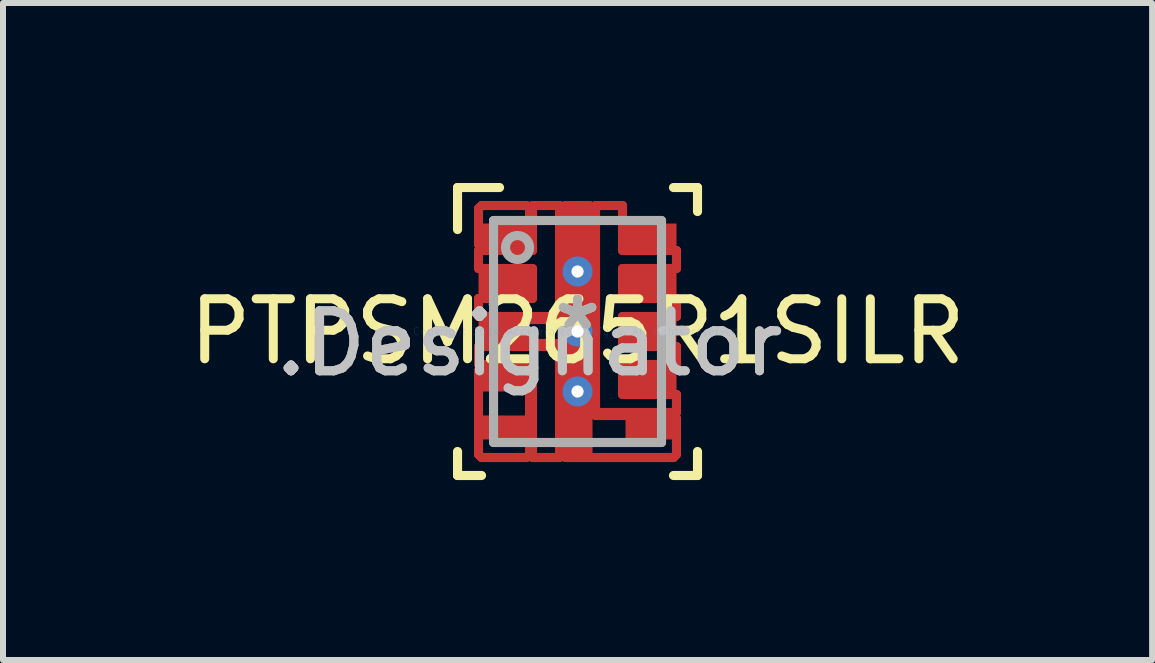
<source format=kicad_pcb>
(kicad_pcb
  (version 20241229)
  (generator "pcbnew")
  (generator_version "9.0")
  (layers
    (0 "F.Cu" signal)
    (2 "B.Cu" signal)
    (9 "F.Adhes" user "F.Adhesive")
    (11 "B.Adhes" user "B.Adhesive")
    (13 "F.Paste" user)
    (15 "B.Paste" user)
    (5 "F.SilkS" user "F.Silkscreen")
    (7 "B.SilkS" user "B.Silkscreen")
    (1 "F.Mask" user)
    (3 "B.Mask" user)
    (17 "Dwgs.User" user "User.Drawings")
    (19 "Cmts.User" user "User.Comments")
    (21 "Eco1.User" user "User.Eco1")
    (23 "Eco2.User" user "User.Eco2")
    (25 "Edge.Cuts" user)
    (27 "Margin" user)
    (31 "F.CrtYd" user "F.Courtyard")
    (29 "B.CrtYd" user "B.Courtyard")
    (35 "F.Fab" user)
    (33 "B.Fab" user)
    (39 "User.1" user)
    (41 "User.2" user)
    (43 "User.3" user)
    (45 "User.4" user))
  (footprint "PTPSM265R1SILR"
    (layer "F.Cu")
    (at 6.577 2.476)
    (property "Reference" "PTPSM265R1SILR" (at 0 0 0) (layer "F.SilkS") (effects (font (size 1 1) (thickness 0.15))))
    (attr through_hole)
    (fp_line (start -1.65 -2.05) (end -1.65 -1.45) (stroke (width 0.152) (type solid)) (layer "F.Cu"))
    (fp_line (start -1.65 -1.45) (end -1.6 -1.4) (stroke (width 0.152) (type solid)) (layer "F.Cu"))
    (fp_line (start -1.65 -1.35) (end -0.75 -1.35) (stroke (width 0.152) (type solid)) (layer "F.Cu"))
    (fp_line (start -1.65 -1.05) (end -1.65 -1.35) (stroke (width 0.152) (type solid)) (layer "F.Cu"))
    (fp_line (start -1.65 -0.55) (end -0.75 -0.55) (stroke (width 0.152) (type solid)) (layer "F.Cu"))
    (fp_line (start -1.65 -0.25) (end -1.65 -0.55) (stroke (width 0.152) (type solid)) (layer "F.Cu"))
    (fp_line (start -1.65 0.25) (end -0.3 0.25) (stroke (width 0.152) (type solid)) (layer "F.Cu"))
    (fp_line (start -1.65 0.55) (end -1.65 0.25) (stroke (width 0.152) (type solid)) (layer "F.Cu"))
    (fp_line (start -1.65 0.65) (end -1.6 0.6) (stroke (width 0.152) (type solid)) (layer "F.Cu"))
    (fp_line (start -1.65 2.05) (end -1.65 0.65) (stroke (width 0.152) (type solid)) (layer "F.Cu"))
    (fp_line (start -1.6 0.6) (end -0.85 0.6) (stroke (width 0.152) (type solid)) (layer "F.Cu"))
    (fp_line (start -1.6 -2.1) (end -1.65 -2.05) (stroke (width 0.152) (type solid)) (layer "F.Cu"))
    (fp_line (start -1.6 -1.4) (end -0.85 -1.4) (stroke (width 0.152) (type solid)) (layer "F.Cu"))
    (fp_line (start -1.6 2.1) (end -1.65 2.05) (stroke (width 0.152) (type solid)) (layer "F.Cu"))
    (fp_line (start -1.375 -0.2) (end -0.25 -0.2) (stroke (width 0.152) (type solid)) (layer "F.Cu"))
    (fp_line (start -1.375 0.2) (end -1.375 -0.2) (stroke (width 0.152) (type solid)) (layer "F.Cu"))
    (fp_line (start -0.85 -2.1) (end -1.6 -2.1) (stroke (width 0.152) (type solid)) (layer "F.Cu"))
    (fp_line (start -0.85 -1.4) (end -0.8 -1.45) (stroke (width 0.152) (type solid)) (layer "F.Cu"))
    (fp_line (start -0.85 0.6) (end -0.8 0.65) (stroke (width 0.152) (type solid)) (layer "F.Cu"))
    (fp_line (start -0.85 2.1) (end -1.6 2.1) (stroke (width 0.152) (type solid)) (layer "F.Cu"))
    (fp_line (start -0.8 -2.05) (end -0.85 -2.1) (stroke (width 0.152) (type solid)) (layer "F.Cu"))
    (fp_line (start -0.8 -1.45) (end -0.8 -2.05) (stroke (width 0.152) (type solid)) (layer "F.Cu"))
    (fp_line (start -0.8 0.65) (end -0.8 2.05) (stroke (width 0.152) (type solid)) (layer "F.Cu"))
    (fp_line (start -0.8 2.05) (end -0.85 2.1) (stroke (width 0.152) (type solid)) (layer "F.Cu"))
    (fp_line (start -0.75 -2.1) (end -0.3 -2.1) (stroke (width 0.152) (type solid)) (layer "F.Cu"))
    (fp_line (start -0.75 -1.35) (end -0.75 -2.1) (stroke (width 0.152) (type solid)) (layer "F.Cu"))
    (fp_line (start -0.75 -1.05) (end -1.65 -1.05) (stroke (width 0.152) (type solid)) (layer "F.Cu"))
    (fp_line (start -0.75 -0.55) (end -0.75 -1.05) (stroke (width 0.152) (type solid)) (layer "F.Cu"))
    (fp_line (start -0.75 0.55) (end -1.65 0.55) (stroke (width 0.152) (type solid)) (layer "F.Cu"))
    (fp_line (start -0.75 2.1) (end -0.75 0.55) (stroke (width 0.152) (type solid)) (layer "F.Cu"))
    (fp_line (start -0.3 0.2) (end -1.375 0.2) (stroke (width 0.152) (type solid)) (layer "F.Cu"))
    (fp_line (start -0.3 -2.1) (end -0.3 -0.25) (stroke (width 0.152) (type solid)) (layer "F.Cu"))
    (fp_line (start -0.3 -0.25) (end -1.65 -0.25) (stroke (width 0.152) (type solid)) (layer "F.Cu"))
    (fp_line (start -0.3 0.25) (end -0.3 2.1) (stroke (width 0.152) (type solid)) (layer "F.Cu"))
    (fp_line (start -0.3 2.1) (end -0.75 2.1) (stroke (width 0.152) (type solid)) (layer "F.Cu"))
    (fp_line (start -0.25 -2.05) (end -0.2 -2.1) (stroke (width 0.152) (type solid)) (layer "F.Cu"))
    (fp_line (start -0.25 -0.2) (end -0.25 -2.05) (stroke (width 0.152) (type solid)) (layer "F.Cu"))
    (fp_line (start -0.25 2.05) (end -0.25 0.25) (stroke (width 0.152) (type solid)) (layer "F.Cu"))
    (fp_line (start -0.25 0.25) (end -0.3 0.2) (stroke (width 0.152) (type solid)) (layer "F.Cu"))
    (fp_line (start -0.2 -2.1) (end 0.2 -2.1) (stroke (width 0.152) (type solid)) (layer "F.Cu"))
    (fp_line (start -0.2 2.1) (end -0.25 2.05) (stroke (width 0.152) (type solid)) (layer "F.Cu"))
    (fp_line (start 0.2 -2.1) (end 0.25 -2.05) (stroke (width 0.152) (type solid)) (layer "F.Cu"))
    (fp_line (start 0.25 -2.05) (end 0.25 1.35) (stroke (width 0.152) (type solid)) (layer "F.Cu"))
    (fp_line (start 0.25 1.35) (end 0.3 1.4) (stroke (width 0.152) (type solid)) (layer "F.Cu"))
    (fp_line (start 0.3 -2.1) (end 0.75 -2.1) (stroke (width 0.152) (type solid)) (layer "F.Cu"))
    (fp_line (start 0.3 1.3) (end 0.3 -2.1) (stroke (width 0.152) (type solid)) (layer "F.Cu"))
    (fp_line (start 0.3 1.4) (end 1.6 1.4) (stroke (width 0.152) (type solid)) (layer "F.Cu"))
    (fp_line (start 0.35 1.35) (end 0.3 1.3) (stroke (width 0.152) (type solid)) (layer "F.Cu"))
    (fp_line (start 0.75 -2.1) (end 0.75 -1.35) (stroke (width 0.152) (type solid)) (layer "F.Cu"))
    (fp_line (start 0.75 -1.35) (end 1.65 -1.35) (stroke (width 0.152) (type solid)) (layer "F.Cu"))
    (fp_line (start 0.75 -1.05) (end 0.75 -0.55) (stroke (width 0.152) (type solid)) (layer "F.Cu"))
    (fp_line (start 0.75 -0.55) (end 1.65 -0.55) (stroke (width 0.152) (type solid)) (layer "F.Cu"))
    (fp_line (start 0.75 -0.25) (end 0.75 0.25) (stroke (width 0.152) (type solid)) (layer "F.Cu"))
    (fp_line (start 0.75 0.25) (end 1.65 0.25) (stroke (width 0.152) (type solid)) (layer "F.Cu"))
    (fp_line (start 0.75 0.55) (end 0.75 1.05) (stroke (width 0.152) (type solid)) (layer "F.Cu"))
    (fp_line (start 0.75 1.05) (end 1.65 1.05) (stroke (width 0.152) (type solid)) (layer "F.Cu"))
    (fp_line (start 1.6 1.4) (end 1.65 1.45) (stroke (width 0.152) (type solid)) (layer "F.Cu"))
    (fp_line (start 1.6 2.1) (end -0.2 2.1) (stroke (width 0.152) (type solid)) (layer "F.Cu"))
    (fp_line (start 1.65 -1.35) (end 1.65 -1.05) (stroke (width 0.152) (type solid)) (layer "F.Cu"))
    (fp_line (start 1.65 -1.05) (end 0.75 -1.05) (stroke (width 0.152) (type solid)) (layer "F.Cu"))
    (fp_line (start 1.65 -0.55) (end 1.65 -0.25) (stroke (width 0.152) (type solid)) (layer "F.Cu"))
    (fp_line (start 1.65 -0.25) (end 0.75 -0.25) (stroke (width 0.152) (type solid)) (layer "F.Cu"))
    (fp_line (start 1.65 0.25) (end 1.65 0.55) (stroke (width 0.152) (type solid)) (layer "F.Cu"))
    (fp_line (start 1.65 0.55) (end 0.75 0.55) (stroke (width 0.152) (type solid)) (layer "F.Cu"))
    (fp_line (start 1.65 1.05) (end 1.65 1.35) (stroke (width 0.152) (type solid)) (layer "F.Cu"))
    (fp_line (start 1.65 1.35) (end 0.35 1.35) (stroke (width 0.152) (type solid)) (layer "F.Cu"))
    (fp_line (start 1.65 1.45) (end 1.65 2.05) (stroke (width 0.152) (type solid)) (layer "F.Cu"))
    (fp_line (start 1.65 2.05) (end 1.6 2.1) (stroke (width 0.152) (type solid)) (layer "F.Cu"))
    (fp_line (start -2 -2.4) (end -1.3 -2.4) (stroke (width 0.152) (type solid)) (layer "F.SilkS"))
    (fp_line (start -2 -1.7) (end -2 -2.4) (stroke (width 0.152) (type solid)) (layer "F.SilkS"))
    (fp_line (start -2 2.4) (end -2 2) (stroke (width 0.152) (type solid)) (layer "F.SilkS"))
    (fp_line (start -2 2.4) (end -1.6 2.4) (stroke (width 0.152) (type solid)) (layer "F.SilkS"))
    (fp_line (start 1.6 -2.4) (end 2 -2.4) (stroke (width 0.152) (type solid)) (layer "F.SilkS"))
    (fp_line (start 1.6 2.4) (end 2 2.4) (stroke (width 0.152) (type solid)) (layer "F.SilkS"))
    (fp_line (start 2 -2) (end 2 -2.4) (stroke (width 0.152) (type solid)) (layer "F.SilkS"))
    (fp_line (start 2 2.4) (end 2 2) (stroke (width 0.152) (type solid)) (layer "F.SilkS"))
    (fp_line (start -0.2 -1.85) (end -0.2 -1.15) (stroke (width 0.152) (type solid)) (layer "F.Paste"))
    (fp_line (start -0.2 -1.15) (end -0.15 -1.1) (stroke (width 0.152) (type solid)) (layer "F.Paste"))
    (fp_line (start -0.2 -0.85) (end -0.2 -0.15) (stroke (width 0.152) (type solid)) (layer "F.Paste"))
    (fp_line (start -0.2 -0.15) (end -0.15 -0.1) (stroke (width 0.152) (type solid)) (layer "F.Paste"))
    (fp_line (start -0.2 0.15) (end -0.2 0.85) (stroke (width 0.152) (type solid)) (layer "F.Paste"))
    (fp_line (start -0.2 0.85) (end -0.15 0.9) (stroke (width 0.152) (type solid)) (layer "F.Paste"))
    (fp_line (start -0.2 1.15) (end -0.2 1.85) (stroke (width 0.152) (type solid)) (layer "F.Paste"))
    (fp_line (start -0.2 1.85) (end -0.15 1.9) (stroke (width 0.152) (type solid)) (layer "F.Paste"))
    (fp_line (start -0.15 -1.9) (end -0.2 -1.85) (stroke (width 0.152) (type solid)) (layer "F.Paste"))
    (fp_line (start -0.15 -1.1) (end 0.15 -1.1) (stroke (width 0.152) (type solid)) (layer "F.Paste"))
    (fp_line (start -0.15 -0.9) (end -0.2 -0.85) (stroke (width 0.152) (type solid)) (layer "F.Paste"))
    (fp_line (start -0.15 -0.1) (end 0.15 -0.1) (stroke (width 0.152) (type solid)) (layer "F.Paste"))
    (fp_line (start -0.15 0.1) (end -0.2 0.15) (stroke (width 0.152) (type solid)) (layer "F.Paste"))
    (fp_line (start -0.15 1.1) (end -0.2 1.15) (stroke (width 0.152) (type solid)) (layer "F.Paste"))
    (fp_line (start -0.15 0.9) (end 0.15 0.9) (stroke (width 0.152) (type solid)) (layer "F.Paste"))
    (fp_line (start -0.15 1.9) (end 0.15 1.9) (stroke (width 0.152) (type solid)) (layer "F.Paste"))
    (fp_line (start 0.15 -1.9) (end -0.15 -1.9) (stroke (width 0.152) (type solid)) (layer "F.Paste"))
    (fp_line (start 0.15 -0.9) (end -0.15 -0.9) (stroke (width 0.152) (type solid)) (layer "F.Paste"))
    (fp_line (start 0.15 -1.1) (end 0.2 -1.15) (stroke (width 0.152) (type solid)) (layer "F.Paste"))
    (fp_line (start 0.15 -0.1) (end 0.2 -0.15) (stroke (width 0.152) (type solid)) (layer "F.Paste"))
    (fp_line (start 0.15 0.1) (end -0.15 0.1) (stroke (width 0.152) (type solid)) (layer "F.Paste"))
    (fp_line (start 0.15 0.9) (end 0.2 0.85) (stroke (width 0.152) (type solid)) (layer "F.Paste"))
    (fp_line (start 0.15 1.1) (end -0.15 1.1) (stroke (width 0.152) (type solid)) (layer "F.Paste"))
    (fp_line (start 0.15 1.9) (end 0.2 1.85) (stroke (width 0.152) (type solid)) (layer "F.Paste"))
    (fp_line (start 0.2 -1.85) (end 0.15 -1.9) (stroke (width 0.152) (type solid)) (layer "F.Paste"))
    (fp_line (start 0.2 -1.15) (end 0.2 -1.85) (stroke (width 0.152) (type solid)) (layer "F.Paste"))
    (fp_line (start 0.2 -0.85) (end 0.15 -0.9) (stroke (width 0.152) (type solid)) (layer "F.Paste"))
    (fp_line (start 0.2 -0.15) (end 0.2 -0.85) (stroke (width 0.152) (type solid)) (layer "F.Paste"))
    (fp_line (start 0.2 0.15) (end 0.15 0.1) (stroke (width 0.152) (type solid)) (layer "F.Paste"))
    (fp_line (start 0.2 0.85) (end 0.2 0.15) (stroke (width 0.152) (type solid)) (layer "F.Paste"))
    (fp_line (start 0.2 1.15) (end 0.15 1.1) (stroke (width 0.152) (type solid)) (layer "F.Paste"))
    (fp_line (start 0.2 1.85) (end 0.2 1.15) (stroke (width 0.152) (type solid)) (layer "F.Paste"))
    (fp_line (start -1.4 -1.85) (end 1.4 -1.85) (stroke (width 0.152) (type solid)) (layer "F.Fab"))
    (fp_line (start -1.4 1.85) (end -1.4 -1.85) (stroke (width 0.152) (type solid)) (layer "F.Fab"))
    (fp_line (start -1.4 1.85) (end 1.4 1.85) (stroke (width 0.152) (type solid)) (layer "F.Fab"))
    (fp_line (start 1.4 1.85) (end 1.4 -1.85) (stroke (width 0.152) (type solid)) (layer "F.Fab"))
    (fp_circle (center -1 -1.4) (end -0.8 -1.4) (stroke (width 0.152) (type solid)) (fill no) (layer "F.Fab"))
    (fp_text user "*" (at 0 0 0) (layer "F.SilkS") (effects (font (size 1 1) (thickness 0.15))))
    (fp_text user ".Designator" (at -0.8 0.2 0) (layer "Dwgs.User") (effects (font (size 1 1) (thickness 0.15))))
    (fp_text user "Copyright 2016 Accelerated Designs. All rights reserved." (at 0 0 0) (layer "Cmts.User") (effects (font (size 0.127 0.127) (thickness 0.002))))
    (fp_text user "*" (at 0 0 0) (layer "F.Fab") (effects (font (size 1 1) (thickness 0.15))))
    (fp_text user ".Designator" (at -0.8 0.2 0) (layer "F.Fab") (effects (font (size 1 1) (thickness 0.15))))
    (pad "1" smd rect (at -1.225 -1.6) (size 0.85 0.4) (layers "F.Cu" "F.Mask" "F.Paste"))
    (pad "2" smd rect (at -1.225 -0.8) (size 0.85 0.4) (layers "F.Cu" "F.Mask" "F.Paste"))
    (pad "3" smd rect (at -1.225 -0.000003) (size 0.85 0.4) (layers "F.Cu" "F.Mask" "F.Paste"))
    (pad "4" smd rect (at -1.225 0.8) (size 0.85 0.4) (layers "F.Cu" "F.Mask" "F.Paste"))
    (pad "5" smd rect (at -1.225 1.6) (size 0.85 0.4) (layers "F.Cu" "F.Mask" "F.Paste"))
    (pad "6" smd rect (at 1.225 1.6) (size 0.85 0.4) (layers "F.Cu" "F.Mask" "F.Paste"))
    (pad "7" smd rect (at 1.225 0.8) (size 0.85 0.4) (layers "F.Cu" "F.Mask" "F.Paste"))
    (pad "8" smd rect (at 1.225 0.000003) (size 0.85 0.4) (layers "F.Cu" "F.Mask" "F.Paste"))
    (pad "9" smd rect (at 1.225 -0.8) (size 0.85 0.4) (layers "F.Cu" "F.Mask" "F.Paste"))
    (pad "10" smd rect (at 1.225 -1.6) (size 0.85 0.4) (layers "F.Cu" "F.Mask" "F.Paste"))
    (pad "11" smd rect (at 0 0 90) (size 4.2 0.5) (layers "F.Cu" "F.Mask" "F.Paste"))
    (pad "V" thru_hole circle (at 0 -1) (size 0.5 0.5) (drill 0.203) (layers "*.Cu" "*.Mask"))
    (pad "V" thru_hole circle (at 0 0) (size 0.5 0.5) (drill 0.203) (layers "*.Cu" "*.Mask"))
    (pad "V" thru_hole circle (at 0 1) (size 0.5 0.5) (drill 0.203) (layers "*.Cu" "*.Mask")))
  (gr_rect
    (start -3 -3)
    (end 16.155 7.952)
    (stroke (width 0.1) (type default))
    (fill no)
    (layer "Edge.Cuts")))
</source>
